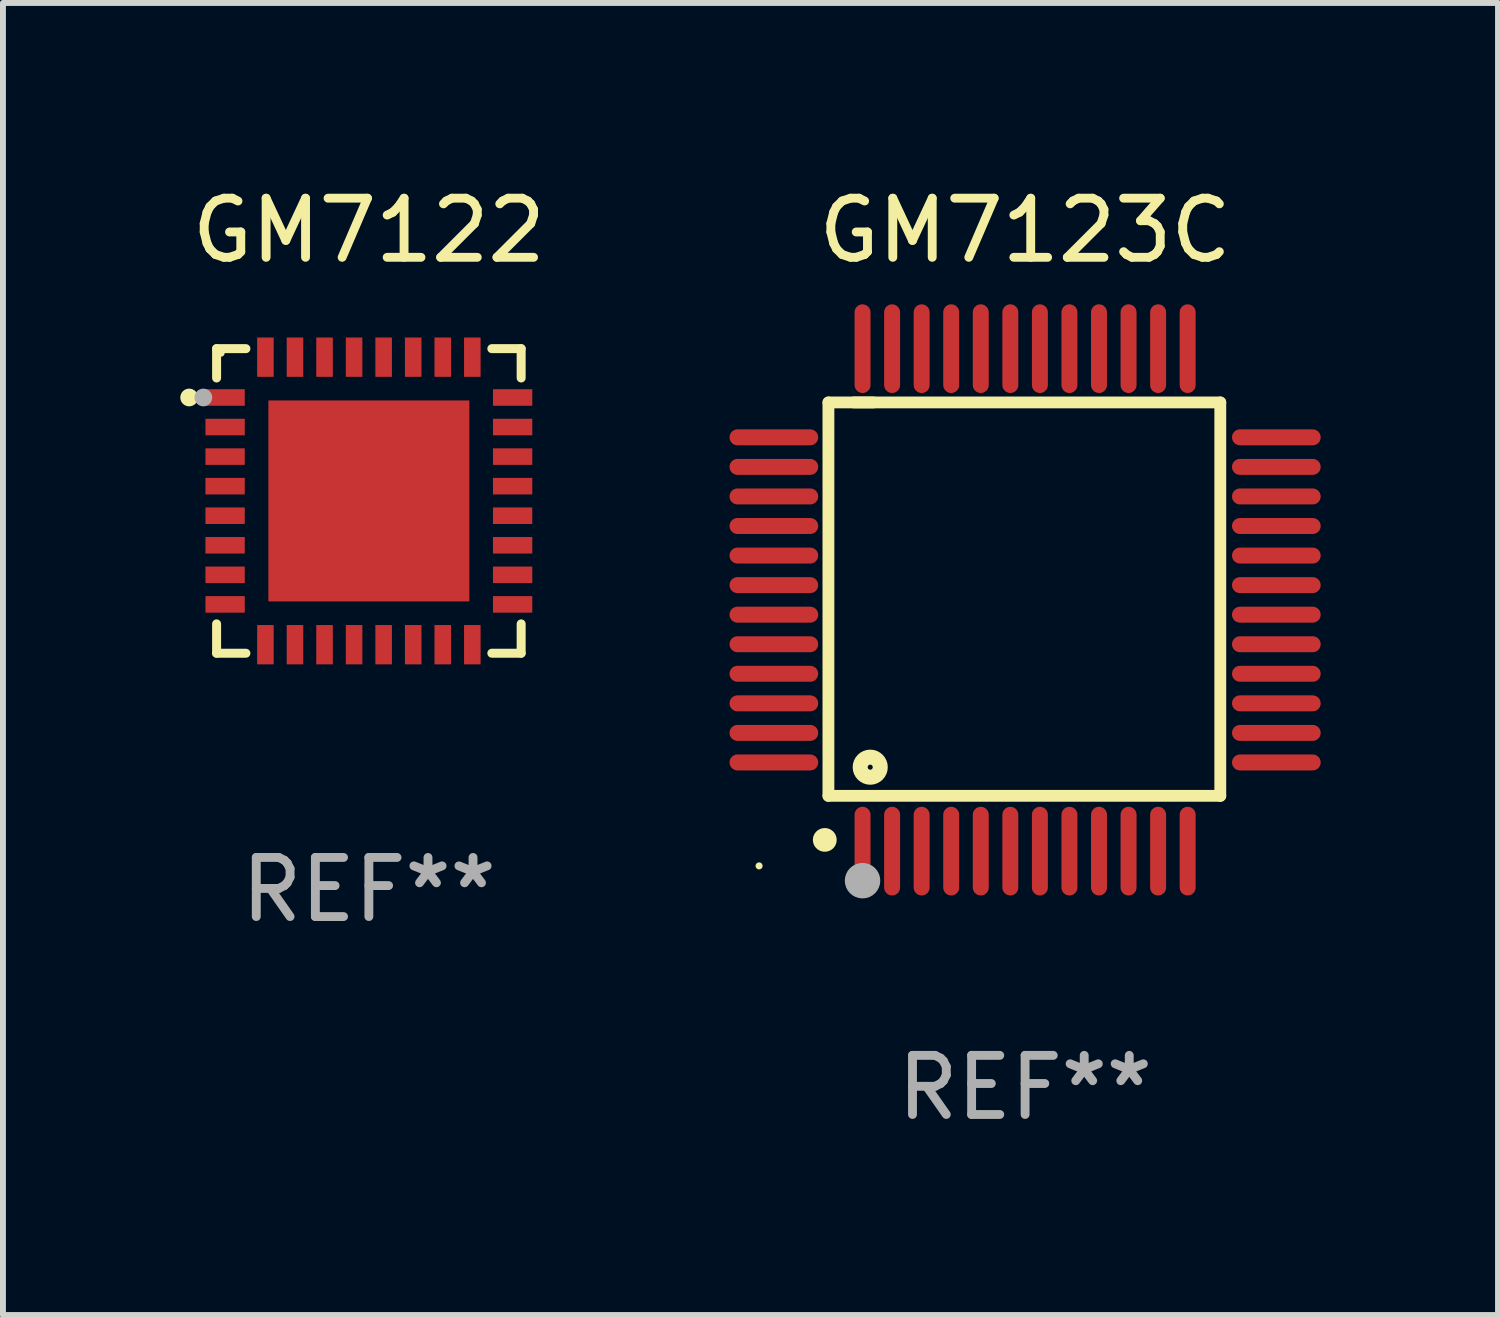
<source format=kicad_pcb>
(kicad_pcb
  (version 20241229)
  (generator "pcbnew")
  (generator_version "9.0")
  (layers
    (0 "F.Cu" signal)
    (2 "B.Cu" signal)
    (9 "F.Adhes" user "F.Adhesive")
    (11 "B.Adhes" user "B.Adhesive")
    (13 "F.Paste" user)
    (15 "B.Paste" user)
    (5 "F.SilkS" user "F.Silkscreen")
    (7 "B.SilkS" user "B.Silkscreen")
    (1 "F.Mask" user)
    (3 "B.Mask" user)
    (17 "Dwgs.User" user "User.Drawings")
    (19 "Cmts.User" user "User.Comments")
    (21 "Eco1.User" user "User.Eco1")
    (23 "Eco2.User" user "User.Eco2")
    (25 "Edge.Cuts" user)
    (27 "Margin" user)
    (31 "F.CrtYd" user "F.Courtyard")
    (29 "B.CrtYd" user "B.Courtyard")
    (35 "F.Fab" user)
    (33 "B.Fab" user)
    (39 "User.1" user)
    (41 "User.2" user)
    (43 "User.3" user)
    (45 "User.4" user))
  (footprint "GM7123C"
    (layer "F.Cu")
    (at 14.291 7.098)
    (property "Reference" "GM7123C" (at 0 -6.25 0) (layer "F.SilkS") (effects (font (size 1 1) (thickness 0.15))))
    (attr through_hole)
    (fp_line (start -3.327 -3.34) (end -2.565 -3.34) (stroke (width 0.2) (type solid)) (layer "F.SilkS"))
    (fp_line (start -3.327 3.315) (end -3.327 -3.34) (stroke (width 0.2) (type solid)) (layer "F.SilkS"))
    (fp_line (start -2.896 -3.34) (end 3.302 -3.34) (stroke (width 0.2) (type solid)) (layer "F.SilkS"))
    (fp_line (start 3.302 -3.34) (end 3.302 3.315) (stroke (width 0.2) (type solid)) (layer "F.SilkS"))
    (fp_line (start 3.302 3.315) (end -3.327 3.315) (stroke (width 0.2) (type solid)) (layer "F.SilkS"))
    (fp_arc (start -3.389992 4.059995) (mid -3.388722 4.059991) (end -3.387452 4.059995) (stroke (width 0.4) (type solid)) (layer "F.SilkS"))
    (fp_circle (center -4.5 4.5) (end -4.47 4.5) (stroke (width 0.06) (type solid)) (fill no) (layer "F.SilkS"))
    (fp_circle (center -2.62 2.83) (end -2.45 2.83) (stroke (width 0.254) (type solid)) (fill no) (layer "F.SilkS"))
    (fp_circle (center -2.75 4.75) (end -2.6 4.75) (stroke (width 0.3) (type solid)) (fill no) (layer "F.Fab"))
    (fp_text user "REF**" (at 0 8.25 0) (layer "F.Fab") (effects (font (size 1 1) (thickness 0.15))))
    (pad "1" smd oval (at -2.75 4.25) (size 0.27 1.5) (layers "F.Cu" "F.Mask" "F.Paste"))
    (pad "2" smd oval (at -2.25 4.25) (size 0.27 1.5) (layers "F.Cu" "F.Mask" "F.Paste"))
    (pad "3" smd oval (at -1.75 4.25) (size 0.27 1.5) (layers "F.Cu" "F.Mask" "F.Paste"))
    (pad "4" smd oval (at -1.25 4.25) (size 0.27 1.5) (layers "F.Cu" "F.Mask" "F.Paste"))
    (pad "5" smd oval (at -0.75 4.25) (size 0.27 1.5) (layers "F.Cu" "F.Mask" "F.Paste"))
    (pad "6" smd oval (at -0.25 4.25) (size 0.27 1.5) (layers "F.Cu" "F.Mask" "F.Paste"))
    (pad "7" smd oval (at 0.25 4.25) (size 0.27 1.5) (layers "F.Cu" "F.Mask" "F.Paste"))
    (pad "8" smd oval (at 0.75 4.25) (size 0.27 1.5) (layers "F.Cu" "F.Mask" "F.Paste"))
    (pad "9" smd oval (at 1.25 4.25) (size 0.27 1.5) (layers "F.Cu" "F.Mask" "F.Paste"))
    (pad "10" smd oval (at 1.75 4.25) (size 0.27 1.5) (layers "F.Cu" "F.Mask" "F.Paste"))
    (pad "11" smd oval (at 2.25 4.25) (size 0.27 1.5) (layers "F.Cu" "F.Mask" "F.Paste"))
    (pad "12" smd oval (at 2.75 4.25) (size 0.27 1.5) (layers "F.Cu" "F.Mask" "F.Paste"))
    (pad "13" smd oval (at 4.25 2.75) (size 1.5 0.27) (layers "F.Cu" "F.Mask" "F.Paste"))
    (pad "14" smd oval (at 4.25 2.25) (size 1.5 0.27) (layers "F.Cu" "F.Mask" "F.Paste"))
    (pad "15" smd oval (at 4.25 1.75) (size 1.5 0.27) (layers "F.Cu" "F.Mask" "F.Paste"))
    (pad "16" smd oval (at 4.25 1.25) (size 1.5 0.27) (layers "F.Cu" "F.Mask" "F.Paste"))
    (pad "17" smd oval (at 4.25 0.75) (size 1.5 0.27) (layers "F.Cu" "F.Mask" "F.Paste"))
    (pad "18" smd oval (at 4.25 0.25) (size 1.5 0.27) (layers "F.Cu" "F.Mask" "F.Paste"))
    (pad "19" smd oval (at 4.25 -0.25) (size 1.5 0.27) (layers "F.Cu" "F.Mask" "F.Paste"))
    (pad "20" smd oval (at 4.25 -0.75) (size 1.5 0.27) (layers "F.Cu" "F.Mask" "F.Paste"))
    (pad "21" smd oval (at 4.25 -1.25) (size 1.5 0.27) (layers "F.Cu" "F.Mask" "F.Paste"))
    (pad "22" smd oval (at 4.25 -1.75) (size 1.5 0.27) (layers "F.Cu" "F.Mask" "F.Paste"))
    (pad "23" smd oval (at 4.25 -2.25) (size 1.5 0.27) (layers "F.Cu" "F.Mask" "F.Paste"))
    (pad "24" smd oval (at 4.25 -2.75) (size 1.5 0.27) (layers "F.Cu" "F.Mask" "F.Paste"))
    (pad "25" smd oval (at 2.75 -4.25) (size 0.27 1.5) (layers "F.Cu" "F.Mask" "F.Paste"))
    (pad "26" smd oval (at 2.25 -4.25) (size 0.27 1.5) (layers "F.Cu" "F.Mask" "F.Paste"))
    (pad "27" smd oval (at 1.75 -4.25) (size 0.27 1.5) (layers "F.Cu" "F.Mask" "F.Paste"))
    (pad "28" smd oval (at 1.25 -4.25) (size 0.27 1.5) (layers "F.Cu" "F.Mask" "F.Paste"))
    (pad "29" smd oval (at 0.75 -4.25) (size 0.27 1.5) (layers "F.Cu" "F.Mask" "F.Paste"))
    (pad "30" smd oval (at 0.25 -4.25) (size 0.27 1.5) (layers "F.Cu" "F.Mask" "F.Paste"))
    (pad "31" smd oval (at -0.25 -4.25) (size 0.27 1.5) (layers "F.Cu" "F.Mask" "F.Paste"))
    (pad "32" smd oval (at -0.75 -4.25) (size 0.27 1.5) (layers "F.Cu" "F.Mask" "F.Paste"))
    (pad "33" smd oval (at -1.25 -4.25) (size 0.27 1.5) (layers "F.Cu" "F.Mask" "F.Paste"))
    (pad "34" smd oval (at -1.75 -4.25) (size 0.27 1.5) (layers "F.Cu" "F.Mask" "F.Paste"))
    (pad "35" smd oval (at -2.25 -4.25) (size 0.27 1.5) (layers "F.Cu" "F.Mask" "F.Paste"))
    (pad "36" smd oval (at -2.75 -4.25) (size 0.27 1.5) (layers "F.Cu" "F.Mask" "F.Paste"))
    (pad "37" smd oval (at -4.25 -2.75) (size 1.5 0.27) (layers "F.Cu" "F.Mask" "F.Paste"))
    (pad "38" smd oval (at -4.25 -2.25) (size 1.5 0.27) (layers "F.Cu" "F.Mask" "F.Paste"))
    (pad "39" smd oval (at -4.25 -1.75) (size 1.5 0.27) (layers "F.Cu" "F.Mask" "F.Paste"))
    (pad "40" smd oval (at -4.25 -1.25) (size 1.5 0.27) (layers "F.Cu" "F.Mask" "F.Paste"))
    (pad "41" smd oval (at -4.25 -0.75) (size 1.5 0.27) (layers "F.Cu" "F.Mask" "F.Paste"))
    (pad "42" smd oval (at -4.25 -0.25) (size 1.5 0.27) (layers "F.Cu" "F.Mask" "F.Paste"))
    (pad "43" smd oval (at -4.25 0.25) (size 1.5 0.27) (layers "F.Cu" "F.Mask" "F.Paste"))
    (pad "44" smd oval (at -4.25 0.75) (size 1.5 0.27) (layers "F.Cu" "F.Mask" "F.Paste"))
    (pad "45" smd oval (at -4.25 1.25) (size 1.5 0.27) (layers "F.Cu" "F.Mask" "F.Paste"))
    (pad "46" smd oval (at -4.25 1.75) (size 1.5 0.27) (layers "F.Cu" "F.Mask" "F.Paste"))
    (pad "47" smd oval (at -4.25 2.25) (size 1.5 0.27) (layers "F.Cu" "F.Mask" "F.Paste"))
    (pad "48" smd oval (at -4.25 2.75) (size 1.5 0.27) (layers "F.Cu" "F.Mask" "F.Paste")))
  (footprint "GM7122"
    (layer "F.Cu")
    (at 3.19 5.424)
    (property "Reference" "GM7122" (at 0 -4.576 0) (layer "F.SilkS") (effects (font (size 1 1) (thickness 0.15))))
    (attr through_hole)
    (fp_line (start -2.576 -2.576) (end -2.576 -2.08) (stroke (width 0.152) (type solid)) (layer "F.SilkS"))
    (fp_line (start -2.576 2.576) (end -2.576 2.08) (stroke (width 0.152) (type solid)) (layer "F.SilkS"))
    (fp_line (start -2.08 -2.576) (end -2.576 -2.576) (stroke (width 0.152) (type solid)) (layer "F.SilkS"))
    (fp_line (start -2.08 2.576) (end -2.576 2.576) (stroke (width 0.152) (type solid)) (layer "F.SilkS"))
    (fp_line (start 2.08 -2.576) (end 2.576 -2.576) (stroke (width 0.152) (type solid)) (layer "F.SilkS"))
    (fp_line (start 2.08 2.576) (end 2.576 2.576) (stroke (width 0.152) (type solid)) (layer "F.SilkS"))
    (fp_line (start 2.576 -2.576) (end 2.576 -2.08) (stroke (width 0.152) (type solid)) (layer "F.SilkS"))
    (fp_line (start 2.576 2.576) (end 2.576 2.08) (stroke (width 0.152) (type solid)) (layer "F.SilkS"))
    (fp_circle (center -3.04 -1.75) (end -2.965 -1.75) (stroke (width 0.15) (type solid)) (fill no) (layer "F.SilkS"))
    (fp_circle (center -2.5 -2.5) (end -2.47 -2.5) (stroke (width 0.06) (type solid)) (fill no) (layer "F.SilkS"))
    (fp_circle (center -2.8 -1.75) (end -2.725 -1.75) (stroke (width 0.15) (type solid)) (fill no) (layer "F.Fab"))
    (fp_text user "REF**" (at 0 6.576 0) (layer "F.Fab") (effects (font (size 1 1) (thickness 0.15))))
    (pad "1" smd rect (at -2.432 -1.75) (size 0.665 0.28) (layers "F.Cu" "F.Mask" "F.Paste"))
    (pad "2" smd rect (at -2.432 -1.25) (size 0.665 0.28) (layers "F.Cu" "F.Mask" "F.Paste"))
    (pad "3" smd rect (at -2.432 -0.75) (size 0.665 0.28) (layers "F.Cu" "F.Mask" "F.Paste"))
    (pad "4" smd rect (at -2.432 -0.25) (size 0.665 0.28) (layers "F.Cu" "F.Mask" "F.Paste"))
    (pad "5" smd rect (at -2.432 0.25) (size 0.665 0.28) (layers "F.Cu" "F.Mask" "F.Paste"))
    (pad "6" smd rect (at -2.432 0.75) (size 0.665 0.28) (layers "F.Cu" "F.Mask" "F.Paste"))
    (pad "7" smd rect (at -2.432 1.25) (size 0.665 0.28) (layers "F.Cu" "F.Mask" "F.Paste"))
    (pad "8" smd rect (at -2.432 1.75) (size 0.665 0.28) (layers "F.Cu" "F.Mask" "F.Paste"))
    (pad "9" smd rect (at -1.75 2.432) (size 0.28 0.665) (layers "F.Cu" "F.Mask" "F.Paste"))
    (pad "10" smd rect (at -1.25 2.432) (size 0.28 0.665) (layers "F.Cu" "F.Mask" "F.Paste"))
    (pad "11" smd rect (at -0.75 2.432) (size 0.28 0.665) (layers "F.Cu" "F.Mask" "F.Paste"))
    (pad "12" smd rect (at -0.25 2.432) (size 0.28 0.665) (layers "F.Cu" "F.Mask" "F.Paste"))
    (pad "13" smd rect (at 0.25 2.432) (size 0.28 0.665) (layers "F.Cu" "F.Mask" "F.Paste"))
    (pad "14" smd rect (at 0.75 2.432) (size 0.28 0.665) (layers "F.Cu" "F.Mask" "F.Paste"))
    (pad "15" smd rect (at 1.25 2.432) (size 0.28 0.665) (layers "F.Cu" "F.Mask" "F.Paste"))
    (pad "16" smd rect (at 1.75 2.432) (size 0.28 0.665) (layers "F.Cu" "F.Mask" "F.Paste"))
    (pad "17" smd rect (at 2.432 1.75) (size 0.665 0.28) (layers "F.Cu" "F.Mask" "F.Paste"))
    (pad "18" smd rect (at 2.432 1.25) (size 0.665 0.28) (layers "F.Cu" "F.Mask" "F.Paste"))
    (pad "19" smd rect (at 2.432 0.75) (size 0.665 0.28) (layers "F.Cu" "F.Mask" "F.Paste"))
    (pad "20" smd rect (at 2.432 0.25) (size 0.665 0.28) (layers "F.Cu" "F.Mask" "F.Paste"))
    (pad "21" smd rect (at 2.432 -0.25) (size 0.665 0.28) (layers "F.Cu" "F.Mask" "F.Paste"))
    (pad "22" smd rect (at 2.432 -0.75) (size 0.665 0.28) (layers "F.Cu" "F.Mask" "F.Paste"))
    (pad "23" smd rect (at 2.432 -1.25) (size 0.665 0.28) (layers "F.Cu" "F.Mask" "F.Paste"))
    (pad "24" smd rect (at 2.432 -1.75) (size 0.665 0.28) (layers "F.Cu" "F.Mask" "F.Paste"))
    (pad "25" smd rect (at 1.75 -2.432) (size 0.28 0.665) (layers "F.Cu" "F.Mask" "F.Paste"))
    (pad "26" smd rect (at 1.25 -2.432) (size 0.28 0.665) (layers "F.Cu" "F.Mask" "F.Paste"))
    (pad "27" smd rect (at 0.75 -2.432) (size 0.28 0.665) (layers "F.Cu" "F.Mask" "F.Paste"))
    (pad "28" smd rect (at 0.25 -2.432) (size 0.28 0.665) (layers "F.Cu" "F.Mask" "F.Paste"))
    (pad "29" smd rect (at -0.25 -2.432) (size 0.28 0.665) (layers "F.Cu" "F.Mask" "F.Paste"))
    (pad "30" smd rect (at -0.75 -2.432) (size 0.28 0.665) (layers "F.Cu" "F.Mask" "F.Paste"))
    (pad "31" smd rect (at -1.25 -2.432) (size 0.28 0.665) (layers "F.Cu" "F.Mask" "F.Paste"))
    (pad "32" smd rect (at -1.75 -2.432) (size 0.28 0.665) (layers "F.Cu" "F.Mask" "F.Paste"))
    (pad "33" smd rect (at 0 0) (size 3.4 3.4) (layers "F.Cu" "F.Mask" "F.Paste")))
  (gr_rect
    (start -3 -3)
    (end 22.291 19.196)
    (stroke (width 0.1) (type default))
    (fill no)
    (layer "Edge.Cuts")))
</source>
